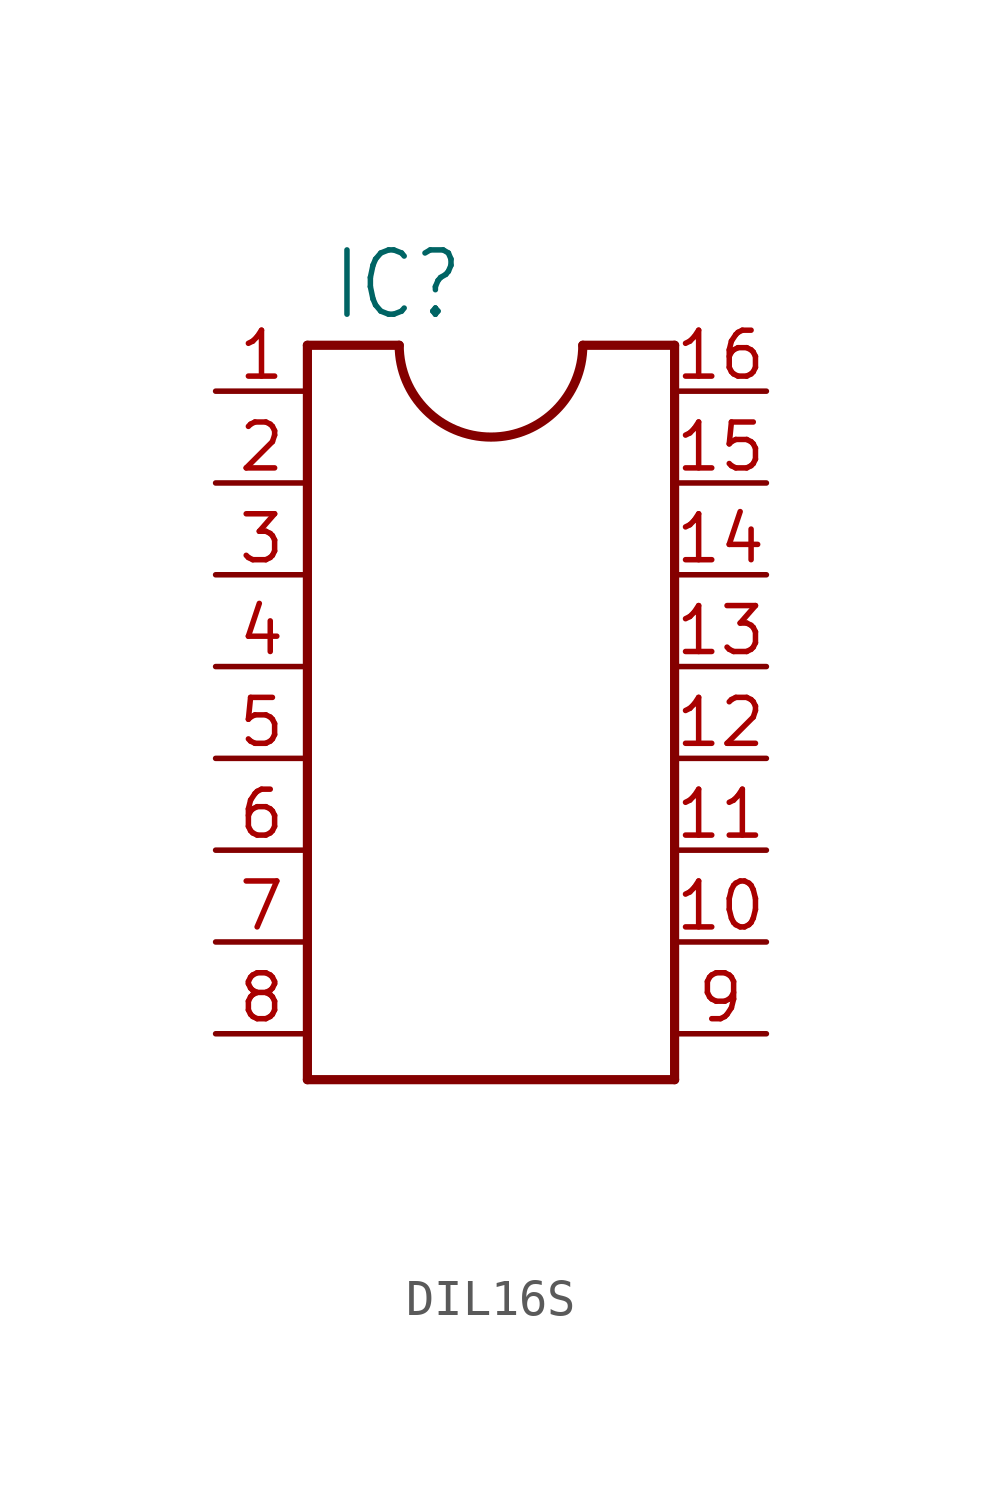
<source format=kicad_sym>
(kicad_symbol_lib
  (version 20220914)
  (generator kicad_symbol_editor)
  (symbol "DIL16S"
    (property "Reference" "IC"
      (at -4.445 9.525 0)
      (effects (font (size 1.778 1.511)) (justify left bottom)))
    (property "Value" ""
      (at -4.445 -13.97 0)
      (effects (font (size 1.778 1.511)) (justify left bottom)))
    (property "ki_locked" ""
      (at 0 0 0)
      (effects (font (size 1.27 1.27))))
    (symbol "DIL16S_1_0"
      (arc (start -2.54 8.89) (mid 0 6.35) (end 2.54 8.89) (stroke (width 0.254) (type solid)) (fill (type none)))
      (polyline (pts (xy -5.08 -11.43) (xy 5.08 -11.43)) (stroke (width 0.254) (type solid)) (fill (type none)))
      (polyline (pts (xy -5.08 8.89) (xy -5.08 -11.43)) (stroke (width 0.254) (type solid)) (fill (type none)))
      (polyline (pts (xy -5.08 8.89) (xy -2.54 8.89)) (stroke (width 0.254) (type solid)) (fill (type none)))
      (polyline (pts (xy 5.08 -11.43) (xy 5.08 8.89)) (stroke (width 0.254) (type solid)) (fill (type none)))
      (polyline (pts (xy 5.08 8.89) (xy 2.54 8.89)) (stroke (width 0.254) (type solid)) (fill (type none)))
      (pin passive line (at -7.62 7.62 0) (length 2.54) (name "1" (effects (font (size 0 0)))) (number "1" (effects (font (size 1.27 1.27)))))
      (pin passive line (at 7.62 -7.62 180) (length 2.54) (name "10" (effects (font (size 0 0)))) (number "10" (effects (font (size 1.27 1.27)))))
      (pin passive line (at 7.62 -5.08 180) (length 2.54) (name "11" (effects (font (size 0 0)))) (number "11" (effects (font (size 1.27 1.27)))))
      (pin passive line (at 7.62 -2.54 180) (length 2.54) (name "12" (effects (font (size 0 0)))) (number "12" (effects (font (size 1.27 1.27)))))
      (pin passive line (at 7.62 0 180) (length 2.54) (name "13" (effects (font (size 0 0)))) (number "13" (effects (font (size 1.27 1.27)))))
      (pin passive line (at 7.62 2.54 180) (length 2.54) (name "14" (effects (font (size 0 0)))) (number "14" (effects (font (size 1.27 1.27)))))
      (pin passive line (at 7.62 5.08 180) (length 2.54) (name "15" (effects (font (size 0 0)))) (number "15" (effects (font (size 1.27 1.27)))))
      (pin passive line (at 7.62 7.62 180) (length 2.54) (name "16" (effects (font (size 0 0)))) (number "16" (effects (font (size 1.27 1.27)))))
      (pin passive line (at -7.62 5.08 0) (length 2.54) (name "2" (effects (font (size 0 0)))) (number "2" (effects (font (size 1.27 1.27)))))
      (pin passive line (at -7.62 2.54 0) (length 2.54) (name "3" (effects (font (size 0 0)))) (number "3" (effects (font (size 1.27 1.27)))))
      (pin passive line (at -7.62 0 0) (length 2.54) (name "4" (effects (font (size 0 0)))) (number "4" (effects (font (size 1.27 1.27)))))
      (pin passive line (at -7.62 -2.54 0) (length 2.54) (name "5" (effects (font (size 0 0)))) (number "5" (effects (font (size 1.27 1.27)))))
      (pin passive line (at -7.62 -5.08 0) (length 2.54) (name "6" (effects (font (size 0 0)))) (number "6" (effects (font (size 1.27 1.27)))))
      (pin passive line (at -7.62 -7.62 0) (length 2.54) (name "7" (effects (font (size 0 0)))) (number "7" (effects (font (size 1.27 1.27)))))
      (pin passive line (at -7.62 -10.16 0) (length 2.54) (name "8" (effects (font (size 0 0)))) (number "8" (effects (font (size 1.27 1.27)))))
      (pin passive line (at 7.62 -10.16 180) (length 2.54) (name "9" (effects (font (size 0 0)))) (number "9" (effects (font (size 1.27 1.27))))))))
</source>
